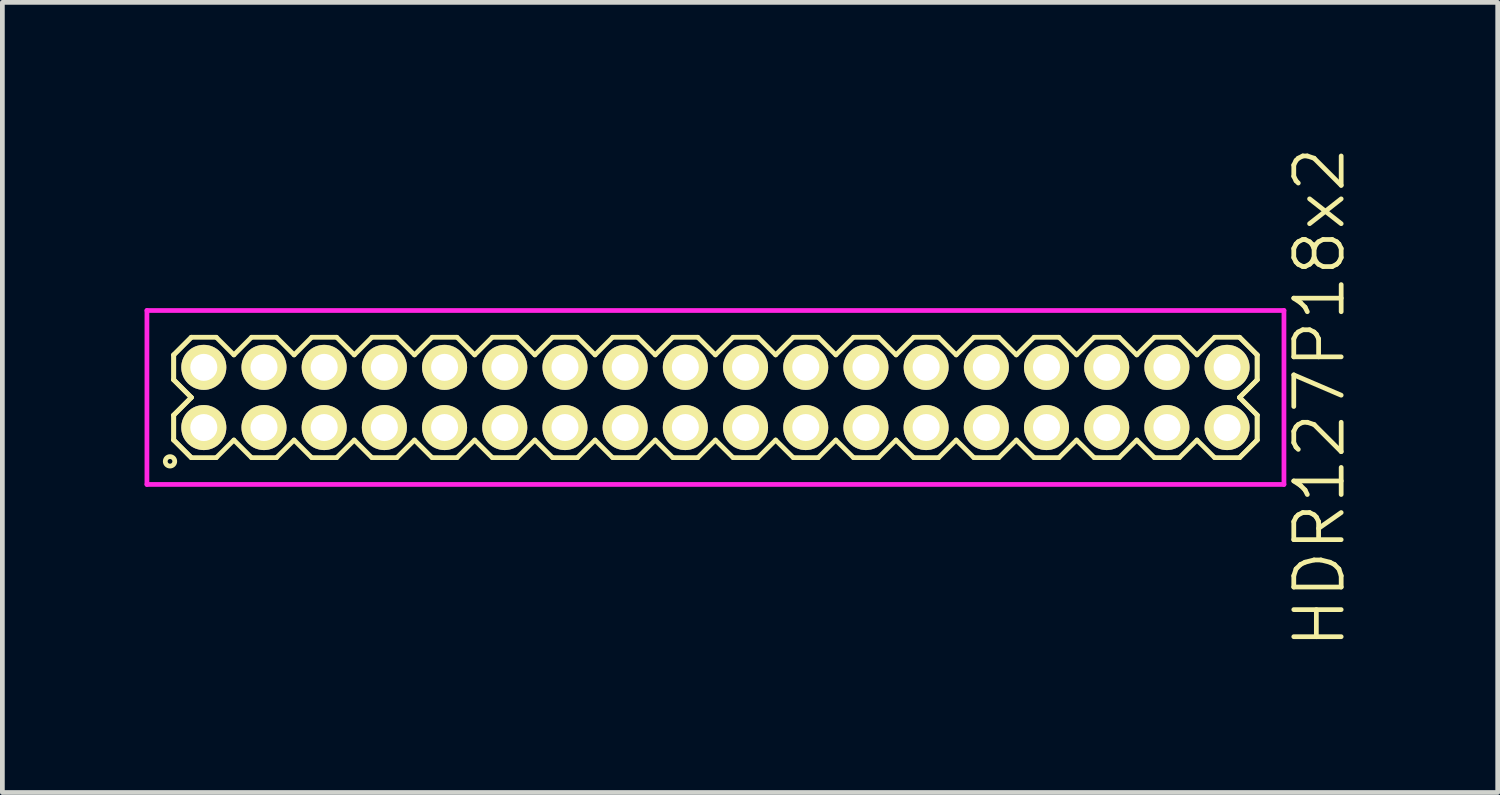
<source format=kicad_pcb>
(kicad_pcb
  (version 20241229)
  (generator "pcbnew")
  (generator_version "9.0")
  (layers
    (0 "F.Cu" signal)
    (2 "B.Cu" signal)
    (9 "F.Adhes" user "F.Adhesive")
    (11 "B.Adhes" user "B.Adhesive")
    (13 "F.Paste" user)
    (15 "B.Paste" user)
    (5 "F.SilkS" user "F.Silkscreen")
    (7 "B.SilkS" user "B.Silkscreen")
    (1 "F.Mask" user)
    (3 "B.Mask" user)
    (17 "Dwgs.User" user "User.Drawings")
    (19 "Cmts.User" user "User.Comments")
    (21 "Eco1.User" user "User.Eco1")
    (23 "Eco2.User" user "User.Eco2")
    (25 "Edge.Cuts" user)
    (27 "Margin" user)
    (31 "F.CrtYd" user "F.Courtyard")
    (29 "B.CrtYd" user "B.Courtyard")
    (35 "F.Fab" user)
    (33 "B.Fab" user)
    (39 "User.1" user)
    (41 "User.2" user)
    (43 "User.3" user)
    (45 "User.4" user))
  (footprint "HDR127P18x2"
    (layer "F.Cu")
    (at 12.045 5.336)
    (property "Reference" "HDR127P18x2" (at 12.745 0 90) (layer "F.SilkS") (effects (font (size 1 1) (thickness 0.1))))
    (attr through_hole)
    (fp_line (start -11.43 -0.898) (end -11.058 -1.27) (stroke (width 0.1) (type solid)) (layer "F.SilkS"))
    (fp_line (start -11.43 -0.898) (end -11.058 -1.27) (stroke (width 0.1) (type solid)) (layer "F.SilkS"))
    (fp_line (start -11.43 -0.372) (end -11.43 -0.898) (stroke (width 0.1) (type solid)) (layer "F.SilkS"))
    (fp_line (start -11.43 -0.372) (end -11.43 -0.898) (stroke (width 0.1) (type solid)) (layer "F.SilkS"))
    (fp_line (start -11.43 0.372) (end -11.058 0) (stroke (width 0.1) (type solid)) (layer "F.SilkS"))
    (fp_line (start -11.43 0.372) (end -11.058 0) (stroke (width 0.1) (type solid)) (layer "F.SilkS"))
    (fp_line (start -11.43 0.898) (end -11.43 0.372) (stroke (width 0.1) (type solid)) (layer "F.SilkS"))
    (fp_line (start -11.43 0.898) (end -11.43 0.372) (stroke (width 0.1) (type solid)) (layer "F.SilkS"))
    (fp_line (start -11.058 -1.27) (end -10.532 -1.27) (stroke (width 0.1) (type solid)) (layer "F.SilkS"))
    (fp_line (start -11.058 0) (end -11.43 -0.372) (stroke (width 0.1) (type solid)) (layer "F.SilkS"))
    (fp_line (start -11.058 0) (end -11.43 -0.372) (stroke (width 0.1) (type solid)) (layer "F.SilkS"))
    (fp_line (start -11.058 1.27) (end -11.43 0.898) (stroke (width 0.1) (type solid)) (layer "F.SilkS"))
    (fp_line (start -11.058 1.27) (end -11.43 0.898) (stroke (width 0.1) (type solid)) (layer "F.SilkS"))
    (fp_line (start -10.532 -1.27) (end -10.16 -0.898) (stroke (width 0.1) (type solid)) (layer "F.SilkS"))
    (fp_line (start -10.532 1.27) (end -11.058 1.27) (stroke (width 0.1) (type solid)) (layer "F.SilkS"))
    (fp_line (start -10.16 -0.898) (end -9.788 -1.27) (stroke (width 0.1) (type solid)) (layer "F.SilkS"))
    (fp_line (start -10.16 0.898) (end -10.532 1.27) (stroke (width 0.1) (type solid)) (layer "F.SilkS"))
    (fp_line (start -9.788 -1.27) (end -9.262 -1.27) (stroke (width 0.1) (type solid)) (layer "F.SilkS"))
    (fp_line (start -9.788 1.27) (end -10.16 0.898) (stroke (width 0.1) (type solid)) (layer "F.SilkS"))
    (fp_line (start -9.262 -1.27) (end -8.89 -0.898) (stroke (width 0.1) (type solid)) (layer "F.SilkS"))
    (fp_line (start -9.262 1.27) (end -9.788 1.27) (stroke (width 0.1) (type solid)) (layer "F.SilkS"))
    (fp_line (start -8.89 -0.898) (end -8.518 -1.27) (stroke (width 0.1) (type solid)) (layer "F.SilkS"))
    (fp_line (start -8.89 0.898) (end -9.262 1.27) (stroke (width 0.1) (type solid)) (layer "F.SilkS"))
    (fp_line (start -8.518 -1.27) (end -7.992 -1.27) (stroke (width 0.1) (type solid)) (layer "F.SilkS"))
    (fp_line (start -8.518 1.27) (end -8.89 0.898) (stroke (width 0.1) (type solid)) (layer "F.SilkS"))
    (fp_line (start -7.992 -1.27) (end -7.62 -0.898) (stroke (width 0.1) (type solid)) (layer "F.SilkS"))
    (fp_line (start -7.992 1.27) (end -8.518 1.27) (stroke (width 0.1) (type solid)) (layer "F.SilkS"))
    (fp_line (start -7.62 -0.898) (end -7.248 -1.27) (stroke (width 0.1) (type solid)) (layer "F.SilkS"))
    (fp_line (start -7.62 0.898) (end -7.992 1.27) (stroke (width 0.1) (type solid)) (layer "F.SilkS"))
    (fp_line (start -7.248 -1.27) (end -6.722 -1.27) (stroke (width 0.1) (type solid)) (layer "F.SilkS"))
    (fp_line (start -7.248 1.27) (end -7.62 0.898) (stroke (width 0.1) (type solid)) (layer "F.SilkS"))
    (fp_line (start -6.722 -1.27) (end -6.35 -0.898) (stroke (width 0.1) (type solid)) (layer "F.SilkS"))
    (fp_line (start -6.722 1.27) (end -7.248 1.27) (stroke (width 0.1) (type solid)) (layer "F.SilkS"))
    (fp_line (start -6.35 -0.898) (end -5.978 -1.27) (stroke (width 0.1) (type solid)) (layer "F.SilkS"))
    (fp_line (start -6.35 0.898) (end -6.722 1.27) (stroke (width 0.1) (type solid)) (layer "F.SilkS"))
    (fp_line (start -5.978 -1.27) (end -5.452 -1.27) (stroke (width 0.1) (type solid)) (layer "F.SilkS"))
    (fp_line (start -5.978 1.27) (end -6.35 0.898) (stroke (width 0.1) (type solid)) (layer "F.SilkS"))
    (fp_line (start -5.452 -1.27) (end -5.08 -0.898) (stroke (width 0.1) (type solid)) (layer "F.SilkS"))
    (fp_line (start -5.452 1.27) (end -5.978 1.27) (stroke (width 0.1) (type solid)) (layer "F.SilkS"))
    (fp_line (start -5.08 -0.898) (end -4.708 -1.27) (stroke (width 0.1) (type solid)) (layer "F.SilkS"))
    (fp_line (start -5.08 0.898) (end -5.452 1.27) (stroke (width 0.1) (type solid)) (layer "F.SilkS"))
    (fp_line (start -4.708 -1.27) (end -4.182 -1.27) (stroke (width 0.1) (type solid)) (layer "F.SilkS"))
    (fp_line (start -4.708 1.27) (end -5.08 0.898) (stroke (width 0.1) (type solid)) (layer "F.SilkS"))
    (fp_line (start -4.182 -1.27) (end -3.81 -0.898) (stroke (width 0.1) (type solid)) (layer "F.SilkS"))
    (fp_line (start -4.182 1.27) (end -4.708 1.27) (stroke (width 0.1) (type solid)) (layer "F.SilkS"))
    (fp_line (start -3.81 -0.898) (end -3.438 -1.27) (stroke (width 0.1) (type solid)) (layer "F.SilkS"))
    (fp_line (start -3.81 0.898) (end -4.182 1.27) (stroke (width 0.1) (type solid)) (layer "F.SilkS"))
    (fp_line (start -3.438 -1.27) (end -2.912 -1.27) (stroke (width 0.1) (type solid)) (layer "F.SilkS"))
    (fp_line (start -3.438 1.27) (end -3.81 0.898) (stroke (width 0.1) (type solid)) (layer "F.SilkS"))
    (fp_line (start -2.912 -1.27) (end -2.54 -0.898) (stroke (width 0.1) (type solid)) (layer "F.SilkS"))
    (fp_line (start -2.912 1.27) (end -3.438 1.27) (stroke (width 0.1) (type solid)) (layer "F.SilkS"))
    (fp_line (start -2.54 -0.898) (end -2.168 -1.27) (stroke (width 0.1) (type solid)) (layer "F.SilkS"))
    (fp_line (start -2.54 0.898) (end -2.912 1.27) (stroke (width 0.1) (type solid)) (layer "F.SilkS"))
    (fp_line (start -2.168 -1.27) (end -1.642 -1.27) (stroke (width 0.1) (type solid)) (layer "F.SilkS"))
    (fp_line (start -2.168 1.27) (end -2.54 0.898) (stroke (width 0.1) (type solid)) (layer "F.SilkS"))
    (fp_line (start -1.642 -1.27) (end -1.27 -0.898) (stroke (width 0.1) (type solid)) (layer "F.SilkS"))
    (fp_line (start -1.642 1.27) (end -2.168 1.27) (stroke (width 0.1) (type solid)) (layer "F.SilkS"))
    (fp_line (start -1.27 -0.898) (end -0.898 -1.27) (stroke (width 0.1) (type solid)) (layer "F.SilkS"))
    (fp_line (start -1.27 0.898) (end -1.642 1.27) (stroke (width 0.1) (type solid)) (layer "F.SilkS"))
    (fp_line (start -0.898 -1.27) (end -0.372 -1.27) (stroke (width 0.1) (type solid)) (layer "F.SilkS"))
    (fp_line (start -0.898 1.27) (end -1.27 0.898) (stroke (width 0.1) (type solid)) (layer "F.SilkS"))
    (fp_line (start -0.372 -1.27) (end 0 -0.898) (stroke (width 0.1) (type solid)) (layer "F.SilkS"))
    (fp_line (start -0.372 1.27) (end -0.898 1.27) (stroke (width 0.1) (type solid)) (layer "F.SilkS"))
    (fp_line (start 0 -0.898) (end 0.372 -1.27) (stroke (width 0.1) (type solid)) (layer "F.SilkS"))
    (fp_line (start 0 0.898) (end -0.372 1.27) (stroke (width 0.1) (type solid)) (layer "F.SilkS"))
    (fp_line (start 0.372 -1.27) (end 0.898 -1.27) (stroke (width 0.1) (type solid)) (layer "F.SilkS"))
    (fp_line (start 0.372 1.27) (end 0 0.898) (stroke (width 0.1) (type solid)) (layer "F.SilkS"))
    (fp_line (start 0.898 -1.27) (end 1.27 -0.898) (stroke (width 0.1) (type solid)) (layer "F.SilkS"))
    (fp_line (start 0.898 1.27) (end 0.372 1.27) (stroke (width 0.1) (type solid)) (layer "F.SilkS"))
    (fp_line (start 1.27 -0.898) (end 1.642 -1.27) (stroke (width 0.1) (type solid)) (layer "F.SilkS"))
    (fp_line (start 1.27 0.898) (end 0.898 1.27) (stroke (width 0.1) (type solid)) (layer "F.SilkS"))
    (fp_line (start 1.642 -1.27) (end 2.168 -1.27) (stroke (width 0.1) (type solid)) (layer "F.SilkS"))
    (fp_line (start 1.642 1.27) (end 1.27 0.898) (stroke (width 0.1) (type solid)) (layer "F.SilkS"))
    (fp_line (start 2.168 -1.27) (end 2.54 -0.898) (stroke (width 0.1) (type solid)) (layer "F.SilkS"))
    (fp_line (start 2.168 1.27) (end 1.642 1.27) (stroke (width 0.1) (type solid)) (layer "F.SilkS"))
    (fp_line (start 2.54 -0.898) (end 2.912 -1.27) (stroke (width 0.1) (type solid)) (layer "F.SilkS"))
    (fp_line (start 2.54 0.898) (end 2.168 1.27) (stroke (width 0.1) (type solid)) (layer "F.SilkS"))
    (fp_line (start 2.912 -1.27) (end 3.438 -1.27) (stroke (width 0.1) (type solid)) (layer "F.SilkS"))
    (fp_line (start 2.912 1.27) (end 2.54 0.898) (stroke (width 0.1) (type solid)) (layer "F.SilkS"))
    (fp_line (start 3.438 -1.27) (end 3.81 -0.898) (stroke (width 0.1) (type solid)) (layer "F.SilkS"))
    (fp_line (start 3.438 1.27) (end 2.912 1.27) (stroke (width 0.1) (type solid)) (layer "F.SilkS"))
    (fp_line (start 3.81 -0.898) (end 4.182 -1.27) (stroke (width 0.1) (type solid)) (layer "F.SilkS"))
    (fp_line (start 3.81 0.898) (end 3.438 1.27) (stroke (width 0.1) (type solid)) (layer "F.SilkS"))
    (fp_line (start 4.182 -1.27) (end 4.708 -1.27) (stroke (width 0.1) (type solid)) (layer "F.SilkS"))
    (fp_line (start 4.182 1.27) (end 3.81 0.898) (stroke (width 0.1) (type solid)) (layer "F.SilkS"))
    (fp_line (start 4.708 -1.27) (end 5.08 -0.898) (stroke (width 0.1) (type solid)) (layer "F.SilkS"))
    (fp_line (start 4.708 1.27) (end 4.182 1.27) (stroke (width 0.1) (type solid)) (layer "F.SilkS"))
    (fp_line (start 5.08 -0.898) (end 5.452 -1.27) (stroke (width 0.1) (type solid)) (layer "F.SilkS"))
    (fp_line (start 5.08 0.898) (end 4.708 1.27) (stroke (width 0.1) (type solid)) (layer "F.SilkS"))
    (fp_line (start 5.452 -1.27) (end 5.978 -1.27) (stroke (width 0.1) (type solid)) (layer "F.SilkS"))
    (fp_line (start 5.452 1.27) (end 5.08 0.898) (stroke (width 0.1) (type solid)) (layer "F.SilkS"))
    (fp_line (start 5.978 -1.27) (end 6.35 -0.898) (stroke (width 0.1) (type solid)) (layer "F.SilkS"))
    (fp_line (start 5.978 1.27) (end 5.452 1.27) (stroke (width 0.1) (type solid)) (layer "F.SilkS"))
    (fp_line (start 6.35 -0.898) (end 6.722 -1.27) (stroke (width 0.1) (type solid)) (layer "F.SilkS"))
    (fp_line (start 6.35 0.898) (end 5.978 1.27) (stroke (width 0.1) (type solid)) (layer "F.SilkS"))
    (fp_line (start 6.722 -1.27) (end 7.248 -1.27) (stroke (width 0.1) (type solid)) (layer "F.SilkS"))
    (fp_line (start 6.722 1.27) (end 6.35 0.898) (stroke (width 0.1) (type solid)) (layer "F.SilkS"))
    (fp_line (start 7.248 -1.27) (end 7.62 -0.898) (stroke (width 0.1) (type solid)) (layer "F.SilkS"))
    (fp_line (start 7.248 1.27) (end 6.722 1.27) (stroke (width 0.1) (type solid)) (layer "F.SilkS"))
    (fp_line (start 7.62 -0.898) (end 7.992 -1.27) (stroke (width 0.1) (type solid)) (layer "F.SilkS"))
    (fp_line (start 7.62 0.898) (end 7.248 1.27) (stroke (width 0.1) (type solid)) (layer "F.SilkS"))
    (fp_line (start 7.992 -1.27) (end 8.518 -1.27) (stroke (width 0.1) (type solid)) (layer "F.SilkS"))
    (fp_line (start 7.992 1.27) (end 7.62 0.898) (stroke (width 0.1) (type solid)) (layer "F.SilkS"))
    (fp_line (start 8.518 -1.27) (end 8.89 -0.898) (stroke (width 0.1) (type solid)) (layer "F.SilkS"))
    (fp_line (start 8.518 1.27) (end 7.992 1.27) (stroke (width 0.1) (type solid)) (layer "F.SilkS"))
    (fp_line (start 8.89 -0.898) (end 9.262 -1.27) (stroke (width 0.1) (type solid)) (layer "F.SilkS"))
    (fp_line (start 8.89 0.898) (end 8.518 1.27) (stroke (width 0.1) (type solid)) (layer "F.SilkS"))
    (fp_line (start 9.262 -1.27) (end 9.788 -1.27) (stroke (width 0.1) (type solid)) (layer "F.SilkS"))
    (fp_line (start 9.262 1.27) (end 8.89 0.898) (stroke (width 0.1) (type solid)) (layer "F.SilkS"))
    (fp_line (start 9.788 -1.27) (end 10.16 -0.898) (stroke (width 0.1) (type solid)) (layer "F.SilkS"))
    (fp_line (start 9.788 1.27) (end 9.262 1.27) (stroke (width 0.1) (type solid)) (layer "F.SilkS"))
    (fp_line (start 10.16 -0.898) (end 10.532 -1.27) (stroke (width 0.1) (type solid)) (layer "F.SilkS"))
    (fp_line (start 10.16 0.898) (end 9.788 1.27) (stroke (width 0.1) (type solid)) (layer "F.SilkS"))
    (fp_line (start 10.532 -1.27) (end 11.058 -1.27) (stroke (width 0.1) (type solid)) (layer "F.SilkS"))
    (fp_line (start 10.532 1.27) (end 10.16 0.898) (stroke (width 0.1) (type solid)) (layer "F.SilkS"))
    (fp_line (start 11.058 -1.27) (end 11.43 -0.898) (stroke (width 0.1) (type solid)) (layer "F.SilkS"))
    (fp_line (start 11.058 -1.27) (end 11.43 -0.898) (stroke (width 0.1) (type solid)) (layer "F.SilkS"))
    (fp_line (start 11.058 0) (end 11.43 0.372) (stroke (width 0.1) (type solid)) (layer "F.SilkS"))
    (fp_line (start 11.058 0) (end 11.43 0.372) (stroke (width 0.1) (type solid)) (layer "F.SilkS"))
    (fp_line (start 11.058 1.27) (end 10.532 1.27) (stroke (width 0.1) (type solid)) (layer "F.SilkS"))
    (fp_line (start 11.43 -0.898) (end 11.43 -0.372) (stroke (width 0.1) (type solid)) (layer "F.SilkS"))
    (fp_line (start 11.43 -0.898) (end 11.43 -0.372) (stroke (width 0.1) (type solid)) (layer "F.SilkS"))
    (fp_line (start 11.43 -0.372) (end 11.058 0) (stroke (width 0.1) (type solid)) (layer "F.SilkS"))
    (fp_line (start 11.43 -0.372) (end 11.058 0) (stroke (width 0.1) (type solid)) (layer "F.SilkS"))
    (fp_line (start 11.43 0.372) (end 11.43 0.898) (stroke (width 0.1) (type solid)) (layer "F.SilkS"))
    (fp_line (start 11.43 0.372) (end 11.43 0.898) (stroke (width 0.1) (type solid)) (layer "F.SilkS"))
    (fp_line (start 11.43 0.898) (end 11.058 1.27) (stroke (width 0.1) (type solid)) (layer "F.SilkS"))
    (fp_line (start 11.43 0.898) (end 11.058 1.27) (stroke (width 0.1) (type solid)) (layer "F.SilkS"))
    (fp_circle (center -11.508 1.348) (end -11.408 1.348) (stroke (width 0.1) (type solid)) (fill no) (layer "F.SilkS"))
    (fp_line (start -11.995 -1.835) (end -11.995 1.835) (stroke (width 0.1) (type solid)) (layer "F.CrtYd"))
    (fp_line (start -11.995 1.835) (end 11.995 1.835) (stroke (width 0.1) (type solid)) (layer "F.CrtYd"))
    (fp_line (start 11.995 -1.835) (end -11.995 -1.835) (stroke (width 0.1) (type solid)) (layer "F.CrtYd"))
    (fp_line (start 11.995 1.835) (end 11.995 -1.835) (stroke (width 0.1) (type solid)) (layer "F.CrtYd"))
    (pad "1" thru_hole oval (at -10.795 0.635) (size 0.95 0.95) (drill 0.57) (layers "*.Cu" "*.Mask" "F.SilkS"))
    (pad "2" thru_hole oval (at -10.795 -0.635) (size 0.95 0.95) (drill 0.57) (layers "*.Cu" "*.Mask" "F.SilkS"))
    (pad "3" thru_hole oval (at -9.525 0.635) (size 0.95 0.95) (drill 0.57) (layers "*.Cu" "*.Mask" "F.SilkS"))
    (pad "4" thru_hole oval (at -9.525 -0.635) (size 0.95 0.95) (drill 0.57) (layers "*.Cu" "*.Mask" "F.SilkS"))
    (pad "5" thru_hole oval (at -8.255 0.635) (size 0.95 0.95) (drill 0.57) (layers "*.Cu" "*.Mask" "F.SilkS"))
    (pad "6" thru_hole oval (at -8.255 -0.635) (size 0.95 0.95) (drill 0.57) (layers "*.Cu" "*.Mask" "F.SilkS"))
    (pad "7" thru_hole oval (at -6.985 0.635) (size 0.95 0.95) (drill 0.57) (layers "*.Cu" "*.Mask" "F.SilkS"))
    (pad "8" thru_hole oval (at -6.985 -0.635) (size 0.95 0.95) (drill 0.57) (layers "*.Cu" "*.Mask" "F.SilkS"))
    (pad "9" thru_hole oval (at -5.715 0.635) (size 0.95 0.95) (drill 0.57) (layers "*.Cu" "*.Mask" "F.SilkS"))
    (pad "10" thru_hole oval (at -5.715 -0.635) (size 0.95 0.95) (drill 0.57) (layers "*.Cu" "*.Mask" "F.SilkS"))
    (pad "11" thru_hole oval (at -4.445 0.635) (size 0.95 0.95) (drill 0.57) (layers "*.Cu" "*.Mask" "F.SilkS"))
    (pad "12" thru_hole oval (at -4.445 -0.635) (size 0.95 0.95) (drill 0.57) (layers "*.Cu" "*.Mask" "F.SilkS"))
    (pad "13" thru_hole oval (at -3.175 0.635) (size 0.95 0.95) (drill 0.57) (layers "*.Cu" "*.Mask" "F.SilkS"))
    (pad "14" thru_hole oval (at -3.175 -0.635) (size 0.95 0.95) (drill 0.57) (layers "*.Cu" "*.Mask" "F.SilkS"))
    (pad "15" thru_hole oval (at -1.905 0.635) (size 0.95 0.95) (drill 0.57) (layers "*.Cu" "*.Mask" "F.SilkS"))
    (pad "16" thru_hole oval (at -1.905 -0.635) (size 0.95 0.95) (drill 0.57) (layers "*.Cu" "*.Mask" "F.SilkS"))
    (pad "17" thru_hole oval (at -0.635 0.635) (size 0.95 0.95) (drill 0.57) (layers "*.Cu" "*.Mask" "F.SilkS"))
    (pad "18" thru_hole oval (at -0.635 -0.635) (size 0.95 0.95) (drill 0.57) (layers "*.Cu" "*.Mask" "F.SilkS"))
    (pad "19" thru_hole oval (at 0.635 0.635) (size 0.95 0.95) (drill 0.57) (layers "*.Cu" "*.Mask" "F.SilkS"))
    (pad "20" thru_hole oval (at 0.635 -0.635) (size 0.95 0.95) (drill 0.57) (layers "*.Cu" "*.Mask" "F.SilkS"))
    (pad "21" thru_hole oval (at 1.905 0.635) (size 0.95 0.95) (drill 0.57) (layers "*.Cu" "*.Mask" "F.SilkS"))
    (pad "22" thru_hole oval (at 1.905 -0.635) (size 0.95 0.95) (drill 0.57) (layers "*.Cu" "*.Mask" "F.SilkS"))
    (pad "23" thru_hole oval (at 3.175 0.635) (size 0.95 0.95) (drill 0.57) (layers "*.Cu" "*.Mask" "F.SilkS"))
    (pad "24" thru_hole oval (at 3.175 -0.635) (size 0.95 0.95) (drill 0.57) (layers "*.Cu" "*.Mask" "F.SilkS"))
    (pad "25" thru_hole oval (at 4.445 0.635) (size 0.95 0.95) (drill 0.57) (layers "*.Cu" "*.Mask" "F.SilkS"))
    (pad "26" thru_hole oval (at 4.445 -0.635) (size 0.95 0.95) (drill 0.57) (layers "*.Cu" "*.Mask" "F.SilkS"))
    (pad "27" thru_hole oval (at 5.715 0.635) (size 0.95 0.95) (drill 0.57) (layers "*.Cu" "*.Mask" "F.SilkS"))
    (pad "28" thru_hole oval (at 5.715 -0.635) (size 0.95 0.95) (drill 0.57) (layers "*.Cu" "*.Mask" "F.SilkS"))
    (pad "29" thru_hole oval (at 6.985 0.635) (size 0.95 0.95) (drill 0.57) (layers "*.Cu" "*.Mask" "F.SilkS"))
    (pad "30" thru_hole oval (at 6.985 -0.635) (size 0.95 0.95) (drill 0.57) (layers "*.Cu" "*.Mask" "F.SilkS"))
    (pad "31" thru_hole oval (at 8.255 0.635) (size 0.95 0.95) (drill 0.57) (layers "*.Cu" "*.Mask" "F.SilkS"))
    (pad "32" thru_hole oval (at 8.255 -0.635) (size 0.95 0.95) (drill 0.57) (layers "*.Cu" "*.Mask" "F.SilkS"))
    (pad "33" thru_hole oval (at 9.525 0.635) (size 0.95 0.95) (drill 0.57) (layers "*.Cu" "*.Mask" "F.SilkS"))
    (pad "34" thru_hole oval (at 9.525 -0.635) (size 0.95 0.95) (drill 0.57) (layers "*.Cu" "*.Mask" "F.SilkS"))
    (pad "35" thru_hole oval (at 10.795 0.635) (size 0.95 0.95) (drill 0.57) (layers "*.Cu" "*.Mask" "F.SilkS"))
    (pad "36" thru_hole oval (at 10.795 -0.635) (size 0.95 0.95) (drill 0.57) (layers "*.Cu" "*.Mask" "F.SilkS")))
  (gr_rect
    (start -3 -3)
    (end 28.55 13.671)
    (stroke (width 0.1) (type default))
    (fill no)
    (layer "Edge.Cuts")))
</source>
